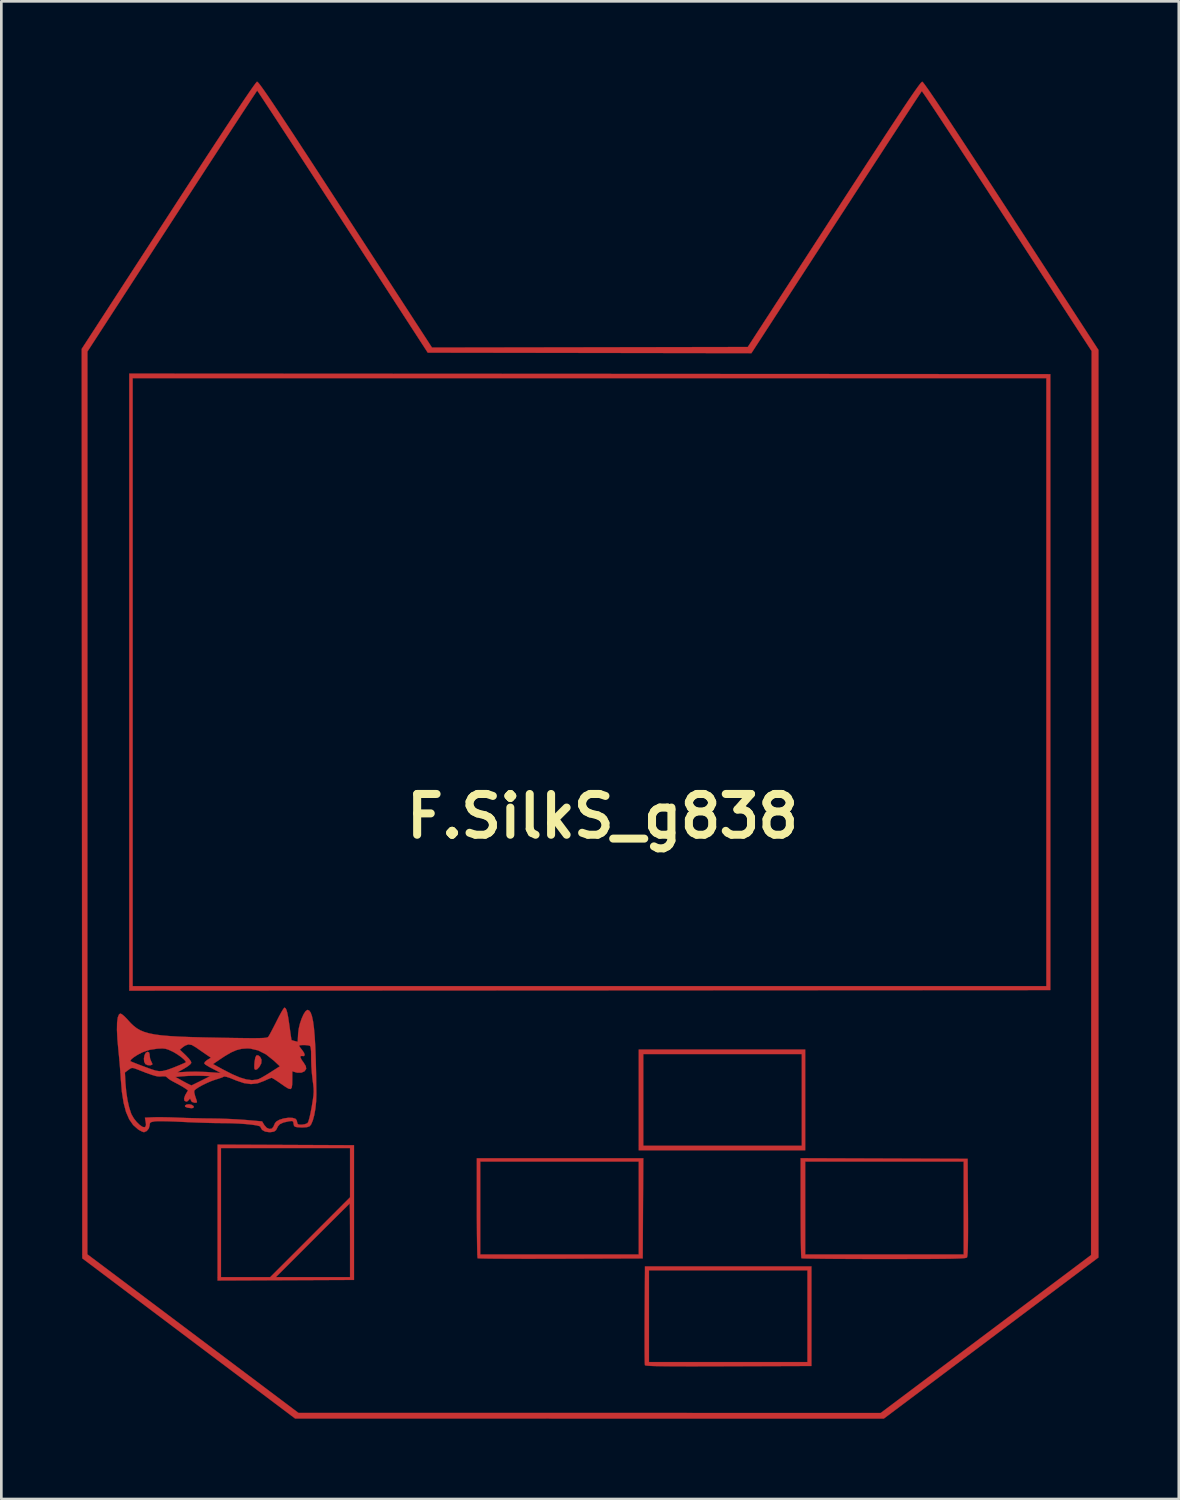
<source format=kicad_pcb>
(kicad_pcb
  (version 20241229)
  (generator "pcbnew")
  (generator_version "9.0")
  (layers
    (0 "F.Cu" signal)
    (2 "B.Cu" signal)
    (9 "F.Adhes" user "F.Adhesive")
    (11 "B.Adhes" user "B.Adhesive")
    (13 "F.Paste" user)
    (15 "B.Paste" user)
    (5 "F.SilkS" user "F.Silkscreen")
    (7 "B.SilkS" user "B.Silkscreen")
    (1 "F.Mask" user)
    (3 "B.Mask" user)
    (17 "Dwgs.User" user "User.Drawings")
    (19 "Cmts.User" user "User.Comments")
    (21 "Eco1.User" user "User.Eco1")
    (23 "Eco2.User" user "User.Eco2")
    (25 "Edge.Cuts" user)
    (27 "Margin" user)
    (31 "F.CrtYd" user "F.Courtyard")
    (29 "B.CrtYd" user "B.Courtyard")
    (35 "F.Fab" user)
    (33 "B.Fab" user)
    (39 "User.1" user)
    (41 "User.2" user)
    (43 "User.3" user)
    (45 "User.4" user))
  (footprint "F.SilkS_g838"
    (layer "F.Cu")
    (at 19.478 27.471)
    (property "Reference" "F.SilkS_g838" (at 0 0 0) (layer "F.SilkS") (effects (font (size 1.524 1.524) (thickness 0.3))))
    (attr through_hole)
    (fp_poly (pts (xy -15.359 10.789) (xy -15.293 10.834) (xy -15.282 10.863) (xy -15.302 10.904) (xy -15.372 10.914) (xy -15.507 10.896) (xy -15.526 10.892) (xy -15.607 10.859) (xy -15.61 10.814) (xy -15.554 10.778) (xy -15.458 10.767) (xy -15.359 10.789)) (stroke (width 0.01) (type solid)) (fill yes) (layer "F.Cu"))
    (fp_poly (pts (xy 7.578 12.488) (xy 1.355 12.488) (xy 1.355 8.89) (xy 1.524 8.89) (xy 1.524 12.319) (xy 7.451 12.319) (xy 7.451 8.89) (xy 1.524 8.89) (xy 1.355 8.89) (xy 1.355 8.721) (xy 7.578 8.721) (xy 7.578 12.488)) (stroke (width 0.01) (type solid)) (fill yes) (layer "F.Cu"))
    (fp_poly (pts (xy 16.743 -16.531) (xy 16.743 6.498) (xy -0.476 6.509) (xy -17.695 6.519) (xy -17.695 -16.383) (xy -17.568 -16.383) (xy -17.568 6.35) (xy 16.595 6.35) (xy 16.595 -16.383) (xy -17.568 -16.383) (xy -17.695 -16.383) (xy -17.695 -16.552) (xy 16.743 -16.531)) (stroke (width 0.01) (type solid)) (fill yes) (layer "F.Cu"))
    (fp_poly (pts (xy -12.871 8.939) (xy -12.803 8.993) (xy -12.749 9.102) (xy -12.759 9.238) (xy -12.83 9.371) (xy -12.918 9.462) (xy -12.982 9.477) (xy -13.013 9.448) (xy -13.02 9.39) (xy -13.018 9.276) (xy -13.009 9.173) (xy -12.981 9.015) (xy -12.937 8.938) (xy -12.871 8.939)) (stroke (width 0.01) (type solid)) (fill yes) (layer "F.Cu"))
    (fp_poly (pts (xy -16.956 8.826) (xy -16.935 8.9) (xy -16.933 8.944) (xy -16.914 9.071) (xy -16.871 9.171) (xy -16.834 9.247) (xy -16.836 9.287) (xy -16.91 9.312) (xy -17.011 9.303) (xy -17.093 9.264) (xy -17.094 9.263) (xy -17.138 9.175) (xy -17.147 9.058) (xy -17.126 8.938) (xy -17.081 8.845) (xy -17.015 8.805) (xy -17.013 8.805) (xy -16.956 8.826)) (stroke (width 0.01) (type solid)) (fill yes) (layer "F.Cu"))
    (fp_poly (pts (xy 1.503 16.531) (xy -1.57 16.542) (xy -2.072 16.543) (xy -2.55 16.544) (xy -2.996 16.544) (xy -3.404 16.543) (xy -3.767 16.541) (xy -4.078 16.539) (xy -4.331 16.536) (xy -4.518 16.532) (xy -4.634 16.528) (xy -4.671 16.524) (xy -4.676 16.477) (xy -4.682 16.354) (xy -4.687 16.164) (xy -4.691 15.916) (xy -4.695 15.617) (xy -4.697 15.278) (xy -4.699 14.907) (xy -4.699 14.64) (xy -4.699 12.912) (xy -4.572 12.912) (xy -4.572 16.383) (xy 1.355 16.383) (xy 1.355 12.912) (xy -4.572 12.912) (xy -4.699 12.912) (xy -4.699 12.785) (xy 1.525 12.785) (xy 1.503 16.531)) (stroke (width 0.01) (type solid)) (fill yes) (layer "F.Cu"))
    (fp_poly (pts (xy 7.811 20.553) (xy 4.708 20.564) (xy 4.099 20.566) (xy 3.569 20.567) (xy 3.114 20.567) (xy 2.73 20.566) (xy 2.41 20.564) (xy 2.151 20.56) (xy 1.947 20.556) (xy 1.794 20.55) (xy 1.686 20.543) (xy 1.62 20.535) (xy 1.589 20.525) (xy 1.586 20.521) (xy 1.582 20.469) (xy 1.578 20.341) (xy 1.576 20.146) (xy 1.574 19.894) (xy 1.574 19.592) (xy 1.574 19.251) (xy 1.575 18.88) (xy 1.576 18.648) (xy 1.587 16.976) (xy 1.736 16.976) (xy 1.736 20.405) (xy 7.662 20.405) (xy 7.662 16.976) (xy 1.736 16.976) (xy 1.587 16.976) (xy 1.587 16.828) (xy 7.811 16.828) (xy 7.811 20.553)) (stroke (width 0.01) (type solid)) (fill yes) (layer "F.Cu"))
    (fp_poly (pts (xy -11.843 12.287) (xy -9.292 12.298) (xy -9.292 17.335) (xy -11.843 17.346) (xy -14.393 17.357) (xy -14.393 12.404) (xy -14.266 12.404) (xy -14.266 17.23) (xy -12.425 17.23) (xy -12.213 17.23) (xy -9.44 17.23) (xy -9.44 15.854) (xy -9.441 15.522) (xy -9.442 15.219) (xy -9.443 14.955) (xy -9.445 14.74) (xy -9.447 14.583) (xy -9.45 14.494) (xy -9.451 14.478) (xy -9.482 14.507) (xy -9.567 14.59) (xy -9.7 14.721) (xy -9.875 14.894) (xy -10.086 15.104) (xy -10.327 15.344) (xy -10.591 15.608) (xy -10.837 15.854) (xy -12.213 17.23) (xy -12.425 17.23) (xy -10.933 15.738) (xy -9.44 14.246) (xy -9.44 12.404) (xy -14.266 12.404) (xy -14.393 12.404) (xy -14.393 12.276) (xy -11.843 12.287)) (stroke (width 0.01) (type solid)) (fill yes) (layer "F.Cu"))
    (fp_poly (pts (xy 10.53 12.795) (xy 13.652 12.806) (xy 13.664 14.621) (xy 13.666 15.107) (xy 13.666 15.512) (xy 13.664 15.841) (xy 13.66 16.098) (xy 13.653 16.288) (xy 13.644 16.415) (xy 13.632 16.482) (xy 13.627 16.495) (xy 13.605 16.506) (xy 13.558 16.516) (xy 13.478 16.524) (xy 13.362 16.531) (xy 13.204 16.537) (xy 12.997 16.542) (xy 12.738 16.545) (xy 12.42 16.548) (xy 12.039 16.55) (xy 11.588 16.551) (xy 11.063 16.552) (xy 10.522 16.552) (xy 10.02 16.552) (xy 9.544 16.551) (xy 9.099 16.549) (xy 8.693 16.547) (xy 8.331 16.544) (xy 8.022 16.54) (xy 7.771 16.537) (xy 7.585 16.533) (xy 7.471 16.528) (xy 7.437 16.524) (xy 7.431 16.477) (xy 7.425 16.354) (xy 7.42 16.164) (xy 7.416 15.916) (xy 7.413 15.617) (xy 7.41 15.278) (xy 7.409 14.907) (xy 7.408 14.64) (xy 7.408 12.912) (xy 7.578 12.912) (xy 7.578 16.383) (xy 13.504 16.383) (xy 13.504 12.912) (xy 7.578 12.912) (xy 7.408 12.912) (xy 7.408 12.784) (xy 10.53 12.795)) (stroke (width 0.01) (type solid)) (fill yes) (layer "F.Cu"))
    (fp_poly (pts (xy -12.899 -27.456) (xy -12.864 -27.421) (xy -12.812 -27.357) (xy -12.741 -27.261) (xy -12.648 -27.13) (xy -12.531 -26.962) (xy -12.389 -26.753) (xy -12.22 -26.501) (xy -12.021 -26.201) (xy -11.791 -25.852) (xy -11.526 -25.45) (xy -11.227 -24.992) (xy -10.889 -24.475) (xy -10.512 -23.896) (xy -10.094 -23.252) (xy -9.632 -22.54) (xy -9.607 -22.502) (xy -6.377 -17.526) (xy -0.473 -17.536) (xy 5.431 -17.547) (xy 8.653 -22.512) (xy 9.116 -23.226) (xy 9.536 -23.871) (xy 9.914 -24.452) (xy 10.252 -24.97) (xy 10.552 -25.43) (xy 10.817 -25.833) (xy 11.048 -26.184) (xy 11.248 -26.485) (xy 11.418 -26.739) (xy 11.561 -26.949) (xy 11.679 -27.119) (xy 11.773 -27.251) (xy 11.845 -27.349) (xy 11.898 -27.415) (xy 11.934 -27.453) (xy 11.955 -27.465) (xy 11.957 -27.465) (xy 11.987 -27.436) (xy 12.051 -27.353) (xy 12.15 -27.215) (xy 12.286 -27.019) (xy 12.459 -26.765) (xy 12.669 -26.45) (xy 12.919 -26.075) (xy 13.208 -25.636) (xy 13.538 -25.133) (xy 13.91 -24.565) (xy 14.325 -23.929) (xy 14.784 -23.225) (xy 15.287 -22.451) (xy 15.29 -22.445) (xy 18.542 -17.437) (xy 18.542 16.495) (xy 14.529 19.508) (xy 10.515 22.521) (xy -0.489 22.519) (xy -11.493 22.517) (xy -15.473 19.522) (xy -19.452 16.527) (xy -19.452 16.377) (xy -19.262 16.377) (xy -15.314 19.343) (xy -11.367 22.309) (xy -0.483 22.309) (xy 10.4 22.31) (xy 18.267 16.404) (xy 18.288 -17.394) (xy 15.127 -22.263) (xy 14.749 -22.845) (xy 14.384 -23.407) (xy 14.033 -23.944) (xy 13.701 -24.454) (xy 13.389 -24.931) (xy 13.1 -25.372) (xy 12.837 -25.772) (xy 12.602 -26.129) (xy 12.399 -26.437) (xy 12.229 -26.692) (xy 12.096 -26.891) (xy 12.001 -27.029) (xy 11.949 -27.103) (xy 11.939 -27.115) (xy 11.913 -27.078) (xy 11.843 -26.974) (xy 11.733 -26.807) (xy 11.585 -26.582) (xy 11.402 -26.301) (xy 11.185 -25.97) (xy 10.939 -25.592) (xy 10.665 -25.172) (xy 10.367 -24.713) (xy 10.046 -24.22) (xy 9.706 -23.697) (xy 9.349 -23.147) (xy 8.978 -22.575) (xy 8.739 -22.207) (xy 5.567 -17.316) (xy -6.534 -17.335) (xy -9.712 -22.235) (xy -10.091 -22.819) (xy -10.458 -23.383) (xy -10.809 -23.923) (xy -11.142 -24.435) (xy -11.455 -24.915) (xy -11.744 -25.359) (xy -12.008 -25.763) (xy -12.243 -26.123) (xy -12.448 -26.435) (xy -12.618 -26.694) (xy -12.752 -26.897) (xy -12.847 -27.04) (xy -12.901 -27.119) (xy -12.912 -27.133) (xy -12.937 -27.098) (xy -13.005 -26.996) (xy -13.115 -26.831) (xy -13.262 -26.607) (xy -13.445 -26.329) (xy -13.66 -25.999) (xy -13.906 -25.623) (xy -14.179 -25.205) (xy -14.477 -24.747) (xy -14.797 -24.256) (xy -15.136 -23.733) (xy -15.493 -23.185) (xy -15.863 -22.614) (xy -16.096 -22.255) (xy -19.259 -17.378) (xy -19.261 -0.5) (xy -19.262 16.377) (xy -19.452 16.377) (xy -19.463 -0.474) (xy -19.473 -17.476) (xy -16.236 -22.464) (xy -15.723 -23.255) (xy -15.255 -23.974) (xy -14.831 -24.624) (xy -14.451 -25.204) (xy -14.114 -25.717) (xy -13.82 -26.162) (xy -13.569 -26.54) (xy -13.359 -26.853) (xy -13.19 -27.1) (xy -13.062 -27.283) (xy -12.974 -27.403) (xy -12.926 -27.461) (xy -12.918 -27.466) (xy -12.899 -27.456)) (stroke (width 0.01) (type solid)) (fill yes) (layer "F.Cu"))
    (fp_poly (pts (xy -11.855 7.173) (xy -11.819 7.237) (xy -11.785 7.354) (xy -11.75 7.535) (xy -11.712 7.79) (xy -11.706 7.832) (xy -11.679 8.032) (xy -11.655 8.199) (xy -11.637 8.316) (xy -11.628 8.367) (xy -11.627 8.368) (xy -11.586 8.382) (xy -11.509 8.403) (xy -11.397 8.431) (xy -11.381 8.121) (xy -11.358 7.938) (xy -11.312 7.745) (xy -11.249 7.561) (xy -11.178 7.403) (xy -11.105 7.29) (xy -11.037 7.24) (xy -11.028 7.239) (xy -10.966 7.264) (xy -10.912 7.34) (xy -10.865 7.471) (xy -10.824 7.66) (xy -10.79 7.912) (xy -10.762 8.23) (xy -10.739 8.617) (xy -10.722 9.078) (xy -10.709 9.614) (xy -10.701 10.231) (xy -10.699 10.393) (xy -10.708 10.665) (xy -10.735 10.93) (xy -10.778 11.172) (xy -10.833 11.375) (xy -10.896 11.522) (xy -10.952 11.59) (xy -11.052 11.624) (xy -11.218 11.635) (xy -11.282 11.633) (xy -11.423 11.624) (xy -11.5 11.606) (xy -11.535 11.571) (xy -11.549 11.506) (xy -11.55 11.499) (xy -11.565 11.422) (xy -11.604 11.393) (xy -11.692 11.399) (xy -11.727 11.404) (xy -11.929 11.449) (xy -12.061 11.51) (xy -12.138 11.596) (xy -12.153 11.629) (xy -12.207 11.734) (xy -12.282 11.789) (xy -12.406 11.809) (xy -12.471 11.81) (xy -12.617 11.787) (xy -12.728 11.724) (xy -12.783 11.636) (xy -12.785 11.614) (xy -12.825 11.585) (xy -12.938 11.556) (xy -13.111 11.53) (xy -13.333 11.507) (xy -13.59 11.489) (xy -13.872 11.477) (xy -14.166 11.472) (xy -14.197 11.472) (xy -14.465 11.47) (xy -14.787 11.462) (xy -15.134 11.451) (xy -15.477 11.437) (xy -15.709 11.426) (xy -15.982 11.413) (xy -16.238 11.404) (xy -16.461 11.4) (xy -16.634 11.4) (xy -16.741 11.406) (xy -16.746 11.407) (xy -16.862 11.43) (xy -16.917 11.464) (xy -16.933 11.527) (xy -16.933 11.553) (xy -16.965 11.672) (xy -17.042 11.767) (xy -17.14 11.811) (xy -17.149 11.811) (xy -17.219 11.788) (xy -17.324 11.732) (xy -17.369 11.703) (xy -17.549 11.544) (xy -17.697 11.33) (xy -17.816 11.055) (xy -17.906 10.714) (xy -17.971 10.302) (xy -18.012 9.814) (xy -18.012 9.809) (xy -18.027 9.581) (xy -18.027 9.579) (xy -17.858 9.579) (xy -17.838 9.965) (xy -17.809 10.289) (xy -17.762 10.603) (xy -17.699 10.884) (xy -17.626 11.109) (xy -17.604 11.158) (xy -17.523 11.297) (xy -17.418 11.429) (xy -17.306 11.539) (xy -17.203 11.611) (xy -17.127 11.627) (xy -17.123 11.626) (xy -17.079 11.59) (xy -17.07 11.514) (xy -17.081 11.434) (xy -17.109 11.268) (xy -16.799 11.254) (xy -16.638 11.25) (xy -16.42 11.252) (xy -16.171 11.257) (xy -15.917 11.266) (xy -15.875 11.268) (xy -15.59 11.279) (xy -15.261 11.288) (xy -14.926 11.296) (xy -14.624 11.299) (xy -14.605 11.299) (xy -14.308 11.304) (xy -13.975 11.316) (xy -13.645 11.333) (xy -13.357 11.353) (xy -13.339 11.354) (xy -12.728 11.407) (xy -12.646 11.545) (xy -12.557 11.646) (xy -12.456 11.69) (xy -12.363 11.676) (xy -12.301 11.602) (xy -12.295 11.581) (xy -12.246 11.473) (xy -12.198 11.414) (xy -12.081 11.347) (xy -11.916 11.296) (xy -11.738 11.271) (xy -11.59 11.277) (xy -11.483 11.308) (xy -11.435 11.363) (xy -11.422 11.421) (xy -11.404 11.496) (xy -11.357 11.527) (xy -11.253 11.531) (xy -11.246 11.531) (xy -11.125 11.512) (xy -11.034 11.474) (xy -11.025 11.466) (xy -10.995 11.404) (xy -10.958 11.275) (xy -10.918 11.098) (xy -10.878 10.891) (xy -10.871 10.852) (xy -10.833 10.62) (xy -10.809 10.446) (xy -10.799 10.305) (xy -10.802 10.172) (xy -10.817 10.022) (xy -10.839 9.858) (xy -10.866 9.615) (xy -10.886 9.345) (xy -10.894 9.095) (xy -10.894 9.017) (xy -10.896 8.793) (xy -10.91 8.647) (xy -10.936 8.584) (xy -10.937 8.584) (xy -11.002 8.565) (xy -11.106 8.555) (xy -11.218 8.553) (xy -11.309 8.56) (xy -11.345 8.577) (xy -11.321 8.623) (xy -11.259 8.705) (xy -11.239 8.728) (xy -11.16 8.843) (xy -11.135 8.926) (xy -11.165 8.966) (xy -11.218 8.962) (xy -11.288 8.964) (xy -11.295 9.018) (xy -11.24 9.121) (xy -11.18 9.202) (xy -11.094 9.341) (xy -11.08 9.444) (xy -11.144 9.536) (xy -11.261 9.586) (xy -11.408 9.587) (xy -11.462 9.575) (xy -11.599 9.533) (xy -11.6 9.836) (xy -11.604 10.03) (xy -11.621 10.15) (xy -11.664 10.198) (xy -11.744 10.182) (xy -11.871 10.105) (xy -12 10.015) (xy -12.146 9.913) (xy -12.269 9.833) (xy -12.351 9.786) (xy -12.372 9.779) (xy -12.431 9.796) (xy -12.54 9.842) (xy -12.648 9.892) (xy -12.894 9.984) (xy -13.14 10.012) (xy -13.403 9.977) (xy -13.7 9.877) (xy -13.756 9.853) (xy -13.932 9.782) (xy -14.067 9.739) (xy -14.147 9.729) (xy -14.158 9.733) (xy -14.22 9.763) (xy -14.337 9.804) (xy -14.457 9.841) (xy -14.612 9.894) (xy -14.785 9.967) (xy -14.957 10.051) (xy -15.107 10.135) (xy -15.217 10.209) (xy -15.265 10.261) (xy -15.264 10.329) (xy -15.237 10.442) (xy -15.22 10.495) (xy -15.177 10.62) (xy -15.163 10.684) (xy -15.182 10.707) (xy -15.237 10.71) (xy -15.258 10.71) (xy -15.355 10.677) (xy -15.39 10.619) (xy -15.417 10.557) (xy -15.444 10.572) (xy -15.459 10.598) (xy -15.522 10.657) (xy -15.561 10.668) (xy -15.631 10.637) (xy -15.646 10.554) (xy -15.606 10.433) (xy -15.585 10.395) (xy -15.498 10.247) (xy -15.613 10.167) (xy -15.71 10.106) (xy -15.851 10.026) (xy -15.993 9.952) (xy -16.129 9.878) (xy -16.232 9.81) (xy -16.281 9.763) (xy -16.282 9.762) (xy -16.305 9.745) (xy -15.971 9.745) (xy -15.68 9.907) (xy -15.54 9.982) (xy -15.431 10.036) (xy -15.372 10.061) (xy -15.367 10.061) (xy -15.322 10.04) (xy -15.22 9.99) (xy -15.079 9.921) (xy -15.007 9.885) (xy -14.668 9.716) (xy -15.007 9.702) (xy -15.226 9.699) (xy -15.465 9.705) (xy -15.658 9.717) (xy -15.971 9.745) (xy -16.305 9.745) (xy -16.333 9.725) (xy -16.451 9.722) (xy -16.481 9.725) (xy -16.554 9.73) (xy -16.63 9.725) (xy -16.72 9.707) (xy -16.84 9.671) (xy -17.001 9.614) (xy -17.111 9.573) (xy -15.896 9.573) (xy -15.515 9.553) (xy -15.198 9.548) (xy -14.82 9.56) (xy -14.405 9.589) (xy -14.287 9.6) (xy -14.303 9.585) (xy -14.379 9.541) (xy -14.502 9.477) (xy -14.559 9.448) (xy -14.706 9.37) (xy -14.821 9.3) (xy -14.866 9.264) (xy -14.563 9.264) (xy -14.195 9.465) (xy -13.849 9.642) (xy -13.558 9.767) (xy -13.312 9.84) (xy -13.104 9.866) (xy -12.923 9.845) (xy -12.849 9.822) (xy -12.765 9.781) (xy -12.633 9.706) (xy -12.476 9.61) (xy -12.402 9.563) (xy -12.064 9.347) (xy -12.287 9.138) (xy -12.58 8.904) (xy -12.874 8.754) (xy -13.173 8.684) (xy -13.289 8.679) (xy -13.49 8.693) (xy -13.683 8.741) (xy -13.889 8.83) (xy -14.124 8.968) (xy -14.284 9.074) (xy -14.563 9.264) (xy -14.866 9.264) (xy -14.884 9.25) (xy -14.89 9.241) (xy -14.869 9.187) (xy -14.795 9.121) (xy -14.774 9.108) (xy -14.641 9.027) (xy -14.824 8.903) (xy -14.973 8.8) (xy -15.137 8.686) (xy -15.201 8.641) (xy -15.356 8.55) (xy -15.486 8.529) (xy -15.614 8.577) (xy -15.702 8.641) (xy -15.805 8.725) (xy -15.583 8.936) (xy -15.464 9.062) (xy -15.391 9.163) (xy -15.375 9.22) (xy -15.417 9.276) (xy -15.514 9.353) (xy -15.642 9.432) (xy -15.896 9.573) (xy -17.111 9.573) (xy -17.219 9.532) (xy -17.402 9.46) (xy -17.521 9.417) (xy -17.595 9.408) (xy -17.659 9.433) (xy -17.727 9.482) (xy -17.858 9.579) (xy -18.027 9.579) (xy -18.049 9.305) (xy -18.063 9.14) (xy -17.655 9.14) (xy -17.649 9.158) (xy -17.6 9.18) (xy -17.489 9.225) (xy -17.333 9.286) (xy -17.149 9.355) (xy -16.956 9.426) (xy -16.857 9.462) (xy -16.709 9.509) (xy -16.577 9.53) (xy -16.442 9.522) (xy -16.285 9.484) (xy -16.085 9.413) (xy -15.92 9.347) (xy -15.77 9.285) (xy -15.653 9.234) (xy -15.588 9.204) (xy -15.582 9.2) (xy -15.589 9.159) (xy -15.654 9.088) (xy -15.758 8.999) (xy -15.888 8.907) (xy -16.026 8.823) (xy -16.076 8.797) (xy -16.223 8.729) (xy -16.338 8.692) (xy -16.457 8.68) (xy -16.617 8.687) (xy -16.656 8.69) (xy -16.931 8.731) (xy -17.181 8.816) (xy -17.24 8.842) (xy -17.393 8.924) (xy -17.524 9.009) (xy -17.616 9.084) (xy -17.655 9.14) (xy -18.063 9.14) (xy -18.074 9.017) (xy -18.098 8.772) (xy -18.138 8.34) (xy -18.155 7.987) (xy -18.15 7.713) (xy -18.124 7.519) (xy -18.077 7.406) (xy -18.029 7.375) (xy -17.972 7.4) (xy -17.88 7.476) (xy -17.768 7.589) (xy -17.742 7.62) (xy -17.633 7.739) (xy -17.524 7.841) (xy -17.408 7.929) (xy -17.278 8.004) (xy -17.126 8.066) (xy -16.947 8.117) (xy -16.733 8.159) (xy -16.477 8.192) (xy -16.172 8.218) (xy -15.811 8.239) (xy -15.387 8.255) (xy -14.893 8.268) (xy -14.322 8.279) (xy -14.245 8.281) (xy -13.816 8.288) (xy -13.465 8.293) (xy -13.182 8.296) (xy -12.961 8.296) (xy -12.794 8.293) (xy -12.672 8.288) (xy -12.589 8.28) (xy -12.537 8.269) (xy -12.507 8.254) (xy -12.499 8.247) (xy -12.461 8.186) (xy -12.395 8.066) (xy -12.309 7.902) (xy -12.211 7.711) (xy -12.19 7.669) (xy -12.094 7.48) (xy -12.008 7.323) (xy -11.941 7.211) (xy -11.9 7.157) (xy -11.895 7.154) (xy -11.855 7.173)) (stroke (width 0.01) (type solid)) (fill yes) (layer "F.Cu")))
  (gr_rect
    (start -3 -3)
    (end 41.025 52.997)
    (stroke (width 0.1) (type default))
    (fill no)
    (layer "Edge.Cuts")))
</source>
